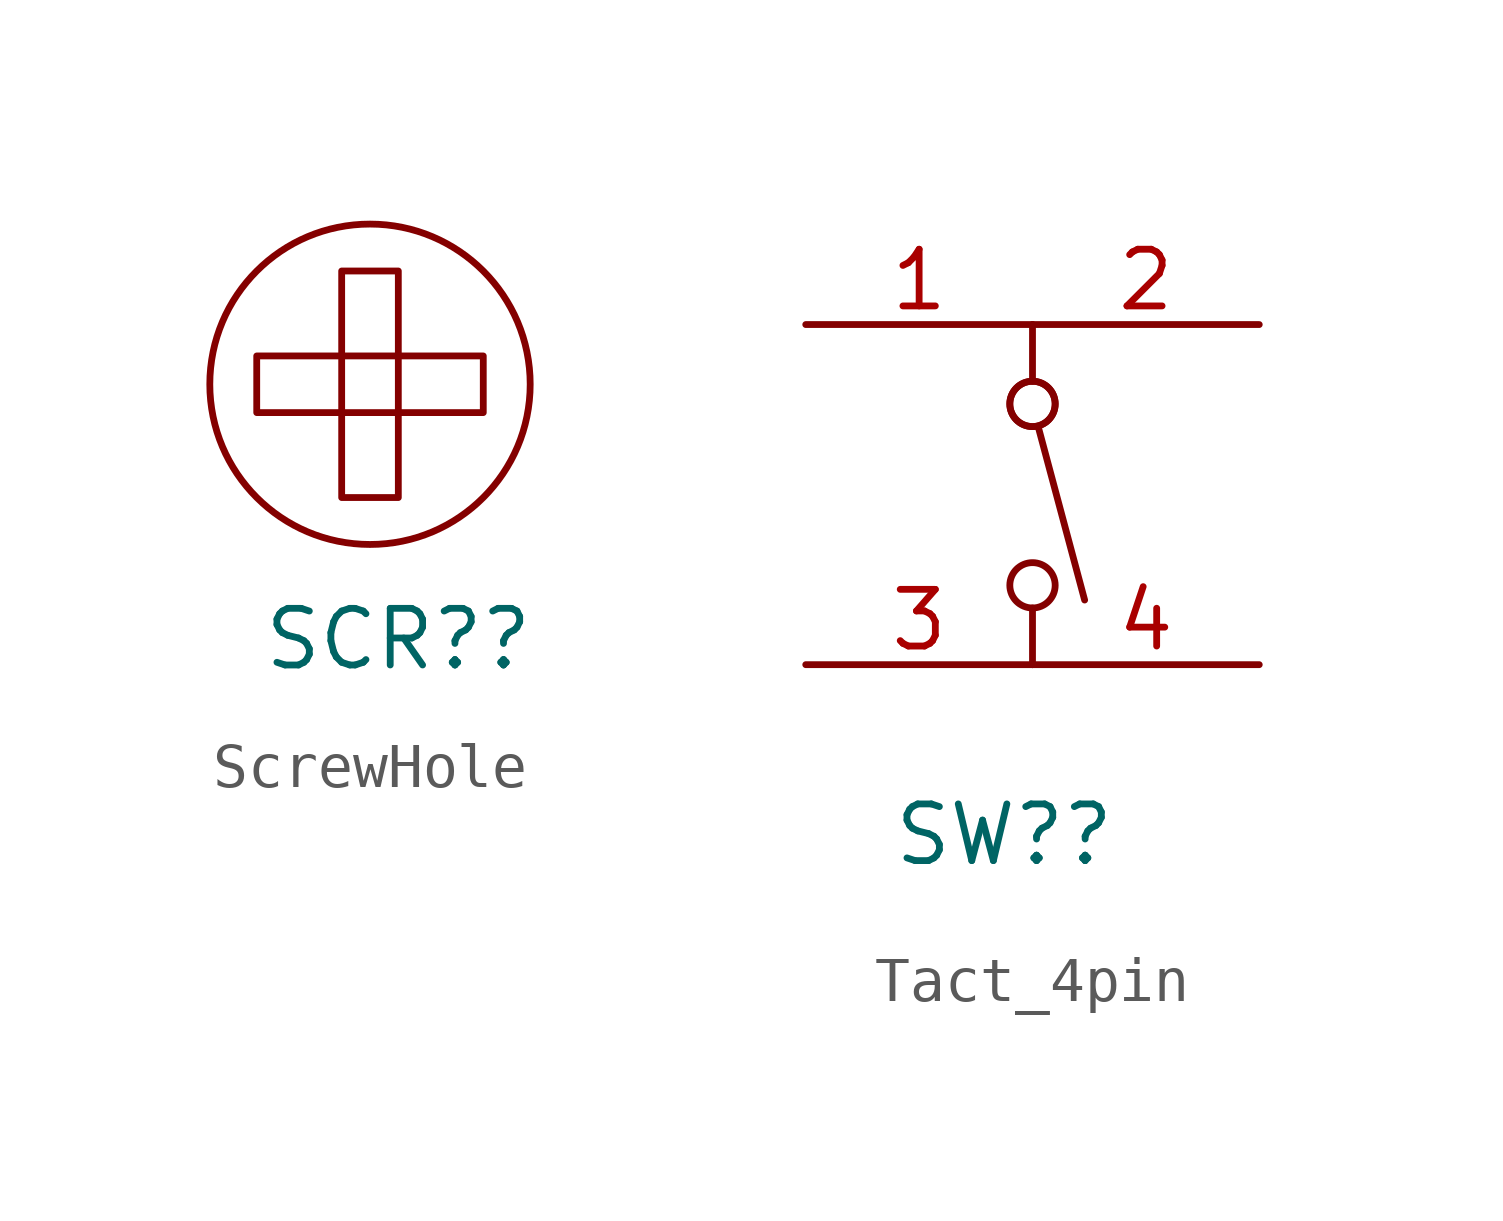
<source format=kicad_sym>
(kicad_symbol_lib
  (version 20211014)
  (generator kicad_symbol_editor)
  (symbol "ScrewHole"
    (pin_names
      (offset 0) hide)
    (property "Reference" "SCR?"
      (at 0.635 -5.715 0)
      (effects (font (size 1.27 1.27))))
    (symbol "ScrewHole_0_1"
      (rectangle (start -2.54 0.635) (end 2.54 -0.635) (stroke (width 0) (type default) (color 0 0 0 0)) (fill (type none)))
      (rectangle (start -0.635 2.54) (end 0.635 -2.54) (stroke (width 0) (type default) (color 0 0 0 0)) (fill (type none)))
      (circle (center 0 0) (radius 3.592) (stroke (width 0) (type default) (color 0 0 0 0)) (fill (type none)))))
  (symbol "Tact_4pin"
    (pin_names
      (offset 0) hide)
    (property "Reference" "SW?"
      (at -0.635 -7.62 0)
      (effects (font (size 1.27 1.27))))
    (symbol "Tact_4pin_0_0"
      (circle (center 0 -2.032) (radius 0.508) (stroke (width 0) (type default) (color 0 0 0 0)) (fill (type none)))
      (polyline (pts (xy 0.127 1.524) (xy 1.168 -2.362)) (stroke (width 0) (type default) (color 0 0 0 0)) (fill (type none)))
      (circle (center 0 2.032) (radius 0.508) (stroke (width 0) (type default) (color 0 0 0 0)) (fill (type none)))
      (circle (center 0 2.032) (radius 0.508) (stroke (width 0) (type default) (color 0 0 0 0)) (fill (type none))))
    (symbol "Tact_4pin_0_1"
      (polyline (pts (xy 0 -2.54) (xy 0 -3.81)) (stroke (width 0) (type default) (color 0 0 0 0)) (fill (type none)))
      (polyline (pts (xy 0 3.81) (xy 0 2.54)) (stroke (width 0) (type default) (color 0 0 0 0)) (fill (type none))))
    (symbol "Tact_4pin_1_1"
      (pin passive line (at -5.08 3.81 0) (length 5.08) (name "~" (effects (font (size 1.27 1.27)))) (number "1" (effects (font (size 1.27 1.27)))))
      (pin passive line (at 5.08 3.81 180) (length 5.08) (name "~" (effects (font (size 1.27 1.27)))) (number "2" (effects (font (size 1.27 1.27)))))
      (pin passive line (at -5.08 -3.81 0) (length 5.08) (name "~" (effects (font (size 1.27 1.27)))) (number "3" (effects (font (size 1.27 1.27)))))
      (pin passive line (at 5.08 -3.81 180) (length 5.08) (name "~" (effects (font (size 1.27 1.27)))) (number "4" (effects (font (size 1.27 1.27))))))))
</source>
